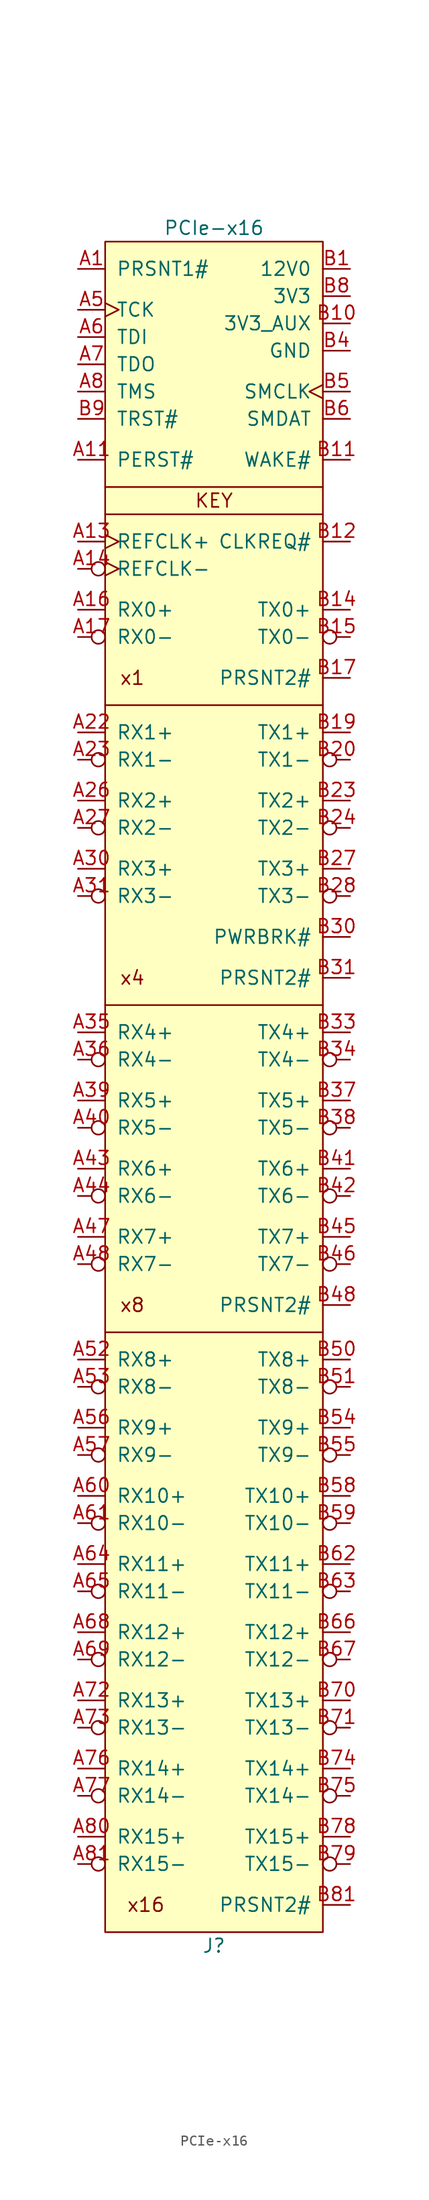
<source format=kicad_sym>
(kicad_symbol_lib
  (version 20201005)
  (generator kicad_symbol_editor)
  (symbol "lethalbit-pcie:PCIe-x16"
    (pin_names
      (offset 1.016))
    (property "Reference" "J"
      (at 0 -134.62 0)
      (effects (font (size 1.27 1.27))))
    (property "Value" "PCIe-x16"
      (at 0 25.4 0)
      (effects (font (size 1.27 1.27))))
    (symbol "PCIe-x16_0_0"
      (text "KEY" (at 0 0 0) (effects (font (size 1.27 1.27))))
      (text "x1" (at -7.62 -16.51 0) (effects (font (size 1.27 1.27))))
      (text "x16" (at -6.35 -130.81 0) (effects (font (size 1.27 1.27))))
      (text "x4" (at -7.62 -44.45 0) (effects (font (size 1.27 1.27))))
      (text "x8" (at -7.62 -74.93 0) (effects (font (size 1.27 1.27))))
      (polyline (pts (xy -10.16 -77.47) (xy 10.16 -77.47)) (stroke (width 0)) (fill (type none)))
      (polyline (pts (xy 10.16 -46.99) (xy -10.16 -46.99)) (stroke (width 0)) (fill (type none)))
      (polyline (pts (xy 10.16 -19.05) (xy -10.16 -19.05)) (stroke (width 0)) (fill (type none)))
      (polyline (pts (xy 10.16 1.27) (xy -10.16 1.27)) (stroke (width 0)) (fill (type none))))
    (symbol "PCIe-x16_0_1"
      (rectangle (start -10.16 -133.35) (end 10.16 24.13) (stroke (width 0)) (fill (type background)))
      (polyline (pts (xy -10.16 -1.27) (xy 10.16 -1.27)) (stroke (width 0)) (fill (type none))))
    (symbol "PCIe-x16_1_1"
      (pin passive line (at -12.7 21.59 0) (length 2.54) (name "PRSNT1#" (effects (font (size 1.27 1.27)))) (number "A1" (effects (font (size 1.27 1.27)))))
      (pin passive line (at 12.7 19.05 180) (length 2.54) hide (name "3V3" (effects (font (size 1.27 1.27)))) (number "A10" (effects (font (size 1.27 1.27)))))
      (pin input line (at -12.7 3.81 0) (length 2.54) (name "PERST#" (effects (font (size 1.27 1.27)))) (number "A11" (effects (font (size 1.27 1.27)))))
      (pin passive line (at 12.7 13.97 180) (length 2.54) hide (name "GND" (effects (font (size 1.27 1.27)))) (number "A12" (effects (font (size 1.27 1.27)))))
      (pin input clock (at -12.7 -3.81 0) (length 2.54) (name "REFCLK+" (effects (font (size 1.27 1.27)))) (number "A13" (effects (font (size 1.27 1.27)))))
      (pin input inverted_clock (at -12.7 -6.35 0) (length 2.54) (name "REFCLK-" (effects (font (size 1.27 1.27)))) (number "A14" (effects (font (size 1.27 1.27)))))
      (pin passive line (at 12.7 13.97 180) (length 2.54) hide (name "GND" (effects (font (size 1.27 1.27)))) (number "A15" (effects (font (size 1.27 1.27)))))
      (pin input line (at -12.7 -10.16 0) (length 2.54) (name "RX0+" (effects (font (size 1.27 1.27)))) (number "A16" (effects (font (size 1.27 1.27)))))
      (pin input inverted (at -12.7 -12.7 0) (length 2.54) (name "RX0-" (effects (font (size 1.27 1.27)))) (number "A17" (effects (font (size 1.27 1.27)))))
      (pin passive line (at 12.7 13.97 180) (length 2.54) hide (name "GND" (effects (font (size 1.27 1.27)))) (number "A18" (effects (font (size 1.27 1.27)))))
      (pin no_connect non_logic (at 12.7 -6.35 180) (length 2.54) hide (name "RSVD" (effects (font (size 1.27 1.27)))) (number "A19" (effects (font (size 1.27 1.27)))))
      (pin passive line (at 12.7 21.59 180) (length 2.54) hide (name "12V0" (effects (font (size 1.27 1.27)))) (number "A2" (effects (font (size 1.27 1.27)))))
      (pin passive line (at 12.7 13.97 180) (length 2.54) hide (name "GND" (effects (font (size 1.27 1.27)))) (number "A20" (effects (font (size 1.27 1.27)))))
      (pin passive line (at 12.7 13.97 180) (length 2.54) hide (name "GND" (effects (font (size 1.27 1.27)))) (number "A21" (effects (font (size 1.27 1.27)))))
      (pin input line (at -12.7 -21.59 0) (length 2.54) (name "RX1+" (effects (font (size 1.27 1.27)))) (number "A22" (effects (font (size 1.27 1.27)))))
      (pin input inverted (at -12.7 -24.13 0) (length 2.54) (name "RX1-" (effects (font (size 1.27 1.27)))) (number "A23" (effects (font (size 1.27 1.27)))))
      (pin passive line (at 12.7 13.97 180) (length 2.54) hide (name "GND" (effects (font (size 1.27 1.27)))) (number "A24" (effects (font (size 1.27 1.27)))))
      (pin passive line (at 12.7 13.97 180) (length 2.54) hide (name "GND" (effects (font (size 1.27 1.27)))) (number "A25" (effects (font (size 1.27 1.27)))))
      (pin input line (at -12.7 -27.94 0) (length 2.54) (name "RX2+" (effects (font (size 1.27 1.27)))) (number "A26" (effects (font (size 1.27 1.27)))))
      (pin input inverted (at -12.7 -30.48 0) (length 2.54) (name "RX2-" (effects (font (size 1.27 1.27)))) (number "A27" (effects (font (size 1.27 1.27)))))
      (pin passive line (at 12.7 13.97 180) (length 2.54) hide (name "GND" (effects (font (size 1.27 1.27)))) (number "A28" (effects (font (size 1.27 1.27)))))
      (pin passive line (at 12.7 13.97 180) (length 2.54) hide (name "GND" (effects (font (size 1.27 1.27)))) (number "A29" (effects (font (size 1.27 1.27)))))
      (pin passive line (at 12.7 21.59 180) (length 2.54) hide (name "12V0" (effects (font (size 1.27 1.27)))) (number "A3" (effects (font (size 1.27 1.27)))))
      (pin input line (at -12.7 -34.29 0) (length 2.54) (name "RX3+" (effects (font (size 1.27 1.27)))) (number "A30" (effects (font (size 1.27 1.27)))))
      (pin input inverted (at -12.7 -36.83 0) (length 2.54) (name "RX3-" (effects (font (size 1.27 1.27)))) (number "A31" (effects (font (size 1.27 1.27)))))
      (pin passive line (at 12.7 13.97 180) (length 2.54) hide (name "GND" (effects (font (size 1.27 1.27)))) (number "A32" (effects (font (size 1.27 1.27)))))
      (pin no_connect non_logic (at 12.7 -7.62 180) (length 2.54) hide (name "RSVD" (effects (font (size 1.27 1.27)))) (number "A33" (effects (font (size 1.27 1.27)))))
      (pin passive line (at 12.7 13.97 180) (length 2.54) hide (name "GND" (effects (font (size 1.27 1.27)))) (number "A34" (effects (font (size 1.27 1.27)))))
      (pin input line (at -12.7 -49.53 0) (length 2.54) (name "RX4+" (effects (font (size 1.27 1.27)))) (number "A35" (effects (font (size 1.27 1.27)))))
      (pin input inverted (at -12.7 -52.07 0) (length 2.54) (name "RX4-" (effects (font (size 1.27 1.27)))) (number "A36" (effects (font (size 1.27 1.27)))))
      (pin passive line (at 12.7 13.97 180) (length 2.54) hide (name "GND" (effects (font (size 1.27 1.27)))) (number "A37" (effects (font (size 1.27 1.27)))))
      (pin passive line (at 12.7 13.97 180) (length 2.54) hide (name "GND" (effects (font (size 1.27 1.27)))) (number "A38" (effects (font (size 1.27 1.27)))))
      (pin input line (at -12.7 -55.88 0) (length 2.54) (name "RX5+" (effects (font (size 1.27 1.27)))) (number "A39" (effects (font (size 1.27 1.27)))))
      (pin passive line (at 12.7 13.97 180) (length 2.54) hide (name "GND" (effects (font (size 1.27 1.27)))) (number "A4" (effects (font (size 1.27 1.27)))))
      (pin input inverted (at -12.7 -58.42 0) (length 2.54) (name "RX5-" (effects (font (size 1.27 1.27)))) (number "A40" (effects (font (size 1.27 1.27)))))
      (pin passive line (at 12.7 13.97 180) (length 2.54) hide (name "GND" (effects (font (size 1.27 1.27)))) (number "A41" (effects (font (size 1.27 1.27)))))
      (pin passive line (at 12.7 13.97 180) (length 2.54) hide (name "GND" (effects (font (size 1.27 1.27)))) (number "A42" (effects (font (size 1.27 1.27)))))
      (pin input line (at -12.7 -62.23 0) (length 2.54) (name "RX6+" (effects (font (size 1.27 1.27)))) (number "A43" (effects (font (size 1.27 1.27)))))
      (pin input inverted (at -12.7 -64.77 0) (length 2.54) (name "RX6-" (effects (font (size 1.27 1.27)))) (number "A44" (effects (font (size 1.27 1.27)))))
      (pin passive line (at 12.7 13.97 180) (length 2.54) hide (name "GND" (effects (font (size 1.27 1.27)))) (number "A45" (effects (font (size 1.27 1.27)))))
      (pin passive line (at 12.7 13.97 180) (length 2.54) hide (name "GND" (effects (font (size 1.27 1.27)))) (number "A46" (effects (font (size 1.27 1.27)))))
      (pin input line (at -12.7 -68.58 0) (length 2.54) (name "RX7+" (effects (font (size 1.27 1.27)))) (number "A47" (effects (font (size 1.27 1.27)))))
      (pin input inverted (at -12.7 -71.12 0) (length 2.54) (name "RX7-" (effects (font (size 1.27 1.27)))) (number "A48" (effects (font (size 1.27 1.27)))))
      (pin passive line (at 12.7 13.97 180) (length 2.54) hide (name "GND" (effects (font (size 1.27 1.27)))) (number "A49" (effects (font (size 1.27 1.27)))))
      (pin input clock (at -12.7 17.78 0) (length 2.54) (name "TCK" (effects (font (size 1.27 1.27)))) (number "A5" (effects (font (size 1.27 1.27)))))
      (pin no_connect non_logic (at 12.7 -8.89 180) (length 2.54) hide (name "RSVD" (effects (font (size 1.27 1.27)))) (number "A50" (effects (font (size 1.27 1.27)))))
      (pin passive line (at 12.7 13.97 180) (length 2.54) hide (name "GND" (effects (font (size 1.27 1.27)))) (number "A51" (effects (font (size 1.27 1.27)))))
      (pin input line (at -12.7 -80.01 0) (length 2.54) (name "RX8+" (effects (font (size 1.27 1.27)))) (number "A52" (effects (font (size 1.27 1.27)))))
      (pin input inverted (at -12.7 -82.55 0) (length 2.54) (name "RX8-" (effects (font (size 1.27 1.27)))) (number "A53" (effects (font (size 1.27 1.27)))))
      (pin passive line (at 12.7 13.97 180) (length 2.54) hide (name "GND" (effects (font (size 1.27 1.27)))) (number "A54" (effects (font (size 1.27 1.27)))))
      (pin passive line (at 12.7 13.97 180) (length 2.54) hide (name "GND" (effects (font (size 1.27 1.27)))) (number "A55" (effects (font (size 1.27 1.27)))))
      (pin input line (at -12.7 -86.36 0) (length 2.54) (name "RX9+" (effects (font (size 1.27 1.27)))) (number "A56" (effects (font (size 1.27 1.27)))))
      (pin input inverted (at -12.7 -88.9 0) (length 2.54) (name "RX9-" (effects (font (size 1.27 1.27)))) (number "A57" (effects (font (size 1.27 1.27)))))
      (pin passive line (at 12.7 13.97 180) (length 2.54) hide (name "GND" (effects (font (size 1.27 1.27)))) (number "A58" (effects (font (size 1.27 1.27)))))
      (pin passive line (at 12.7 13.97 180) (length 2.54) hide (name "GND" (effects (font (size 1.27 1.27)))) (number "A59" (effects (font (size 1.27 1.27)))))
      (pin input line (at -12.7 15.24 0) (length 2.54) (name "TDI" (effects (font (size 1.27 1.27)))) (number "A6" (effects (font (size 1.27 1.27)))))
      (pin input line (at -12.7 -92.71 0) (length 2.54) (name "RX10+" (effects (font (size 1.27 1.27)))) (number "A60" (effects (font (size 1.27 1.27)))))
      (pin input inverted (at -12.7 -95.25 0) (length 2.54) (name "RX10-" (effects (font (size 1.27 1.27)))) (number "A61" (effects (font (size 1.27 1.27)))))
      (pin passive line (at 12.7 13.97 180) (length 2.54) hide (name "GND" (effects (font (size 1.27 1.27)))) (number "A62" (effects (font (size 1.27 1.27)))))
      (pin passive line (at 12.7 13.97 180) (length 2.54) hide (name "GND" (effects (font (size 1.27 1.27)))) (number "A63" (effects (font (size 1.27 1.27)))))
      (pin input line (at -12.7 -99.06 0) (length 2.54) (name "RX11+" (effects (font (size 1.27 1.27)))) (number "A64" (effects (font (size 1.27 1.27)))))
      (pin input inverted (at -12.7 -101.6 0) (length 2.54) (name "RX11-" (effects (font (size 1.27 1.27)))) (number "A65" (effects (font (size 1.27 1.27)))))
      (pin passive line (at 12.7 13.97 180) (length 2.54) hide (name "GND" (effects (font (size 1.27 1.27)))) (number "A66" (effects (font (size 1.27 1.27)))))
      (pin passive line (at 12.7 13.97 180) (length 2.54) hide (name "GND" (effects (font (size 1.27 1.27)))) (number "A67" (effects (font (size 1.27 1.27)))))
      (pin input line (at -12.7 -105.41 0) (length 2.54) (name "RX12+" (effects (font (size 1.27 1.27)))) (number "A68" (effects (font (size 1.27 1.27)))))
      (pin input inverted (at -12.7 -107.95 0) (length 2.54) (name "RX12-" (effects (font (size 1.27 1.27)))) (number "A69" (effects (font (size 1.27 1.27)))))
      (pin output line (at -12.7 12.7 0) (length 2.54) (name "TDO" (effects (font (size 1.27 1.27)))) (number "A7" (effects (font (size 1.27 1.27)))))
      (pin passive line (at 12.7 13.97 180) (length 2.54) hide (name "GND" (effects (font (size 1.27 1.27)))) (number "A70" (effects (font (size 1.27 1.27)))))
      (pin passive line (at 12.7 13.97 180) (length 2.54) hide (name "GND" (effects (font (size 1.27 1.27)))) (number "A71" (effects (font (size 1.27 1.27)))))
      (pin input line (at -12.7 -111.76 0) (length 2.54) (name "RX13+" (effects (font (size 1.27 1.27)))) (number "A72" (effects (font (size 1.27 1.27)))))
      (pin input inverted (at -12.7 -114.3 0) (length 2.54) (name "RX13-" (effects (font (size 1.27 1.27)))) (number "A73" (effects (font (size 1.27 1.27)))))
      (pin passive line (at 12.7 13.97 180) (length 2.54) hide (name "GND" (effects (font (size 1.27 1.27)))) (number "A74" (effects (font (size 1.27 1.27)))))
      (pin passive line (at 12.7 13.97 180) (length 2.54) hide (name "GND" (effects (font (size 1.27 1.27)))) (number "A75" (effects (font (size 1.27 1.27)))))
      (pin input line (at -12.7 -118.11 0) (length 2.54) (name "RX14+" (effects (font (size 1.27 1.27)))) (number "A76" (effects (font (size 1.27 1.27)))))
      (pin input inverted (at -12.7 -120.65 0) (length 2.54) (name "RX14-" (effects (font (size 1.27 1.27)))) (number "A77" (effects (font (size 1.27 1.27)))))
      (pin passive line (at 12.7 13.97 180) (length 2.54) hide (name "GND" (effects (font (size 1.27 1.27)))) (number "A78" (effects (font (size 1.27 1.27)))))
      (pin passive line (at 12.7 13.97 180) (length 2.54) hide (name "GND" (effects (font (size 1.27 1.27)))) (number "A79" (effects (font (size 1.27 1.27)))))
      (pin input line (at -12.7 10.16 0) (length 2.54) (name "TMS" (effects (font (size 1.27 1.27)))) (number "A8" (effects (font (size 1.27 1.27)))))
      (pin input line (at -12.7 -124.46 0) (length 2.54) (name "RX15+" (effects (font (size 1.27 1.27)))) (number "A80" (effects (font (size 1.27 1.27)))))
      (pin input inverted (at -12.7 -127 0) (length 2.54) (name "RX15-" (effects (font (size 1.27 1.27)))) (number "A81" (effects (font (size 1.27 1.27)))))
      (pin passive line (at 12.7 13.97 180) (length 2.54) hide (name "GND" (effects (font (size 1.27 1.27)))) (number "A82" (effects (font (size 1.27 1.27)))))
      (pin passive line (at 12.7 19.05 180) (length 2.54) hide (name "3V3" (effects (font (size 1.27 1.27)))) (number "A9" (effects (font (size 1.27 1.27)))))
      (pin power_out line (at 12.7 21.59 180) (length 2.54) (name "12V0" (effects (font (size 1.27 1.27)))) (number "B1" (effects (font (size 1.27 1.27)))))
      (pin power_out line (at 12.7 16.51 180) (length 2.54) (name "3V3_AUX" (effects (font (size 1.27 1.27)))) (number "B10" (effects (font (size 1.27 1.27)))))
      (pin open_emitter line (at 12.7 3.81 180) (length 2.54) (name "WAKE#" (effects (font (size 1.27 1.27)))) (number "B11" (effects (font (size 1.27 1.27)))))
      (pin open_emitter line (at 12.7 -3.81 180) (length 2.54) (name "CLKREQ#" (effects (font (size 1.27 1.27)))) (number "B12" (effects (font (size 1.27 1.27)))))
      (pin passive line (at 12.7 13.97 180) (length 2.54) hide (name "GND" (effects (font (size 1.27 1.27)))) (number "B13" (effects (font (size 1.27 1.27)))))
      (pin output line (at 12.7 -10.16 180) (length 2.54) (name "TX0+" (effects (font (size 1.27 1.27)))) (number "B14" (effects (font (size 1.27 1.27)))))
      (pin output inverted (at 12.7 -12.7 180) (length 2.54) (name "TX0-" (effects (font (size 1.27 1.27)))) (number "B15" (effects (font (size 1.27 1.27)))))
      (pin passive line (at 12.7 13.97 180) (length 2.54) hide (name "GND" (effects (font (size 1.27 1.27)))) (number "B16" (effects (font (size 1.27 1.27)))))
      (pin passive line (at 12.7 -16.51 180) (length 2.54) (name "PRSNT2#" (effects (font (size 1.27 1.27)))) (number "B17" (effects (font (size 1.27 1.27)))))
      (pin passive line (at 12.7 13.97 180) (length 2.54) hide (name "GND" (effects (font (size 1.27 1.27)))) (number "B18" (effects (font (size 1.27 1.27)))))
      (pin output line (at 12.7 -21.59 180) (length 2.54) (name "TX1+" (effects (font (size 1.27 1.27)))) (number "B19" (effects (font (size 1.27 1.27)))))
      (pin passive line (at 12.7 21.59 180) (length 2.54) hide (name "12V0" (effects (font (size 1.27 1.27)))) (number "B2" (effects (font (size 1.27 1.27)))))
      (pin output inverted (at 12.7 -24.13 180) (length 2.54) (name "TX1-" (effects (font (size 1.27 1.27)))) (number "B20" (effects (font (size 1.27 1.27)))))
      (pin passive line (at 12.7 13.97 180) (length 2.54) hide (name "GND" (effects (font (size 1.27 1.27)))) (number "B21" (effects (font (size 1.27 1.27)))))
      (pin passive line (at 12.7 13.97 180) (length 2.54) hide (name "GND" (effects (font (size 1.27 1.27)))) (number "B22" (effects (font (size 1.27 1.27)))))
      (pin output line (at 12.7 -27.94 180) (length 2.54) (name "TX2+" (effects (font (size 1.27 1.27)))) (number "B23" (effects (font (size 1.27 1.27)))))
      (pin output inverted (at 12.7 -30.48 180) (length 2.54) (name "TX2-" (effects (font (size 1.27 1.27)))) (number "B24" (effects (font (size 1.27 1.27)))))
      (pin passive line (at 12.7 13.97 180) (length 2.54) hide (name "GND" (effects (font (size 1.27 1.27)))) (number "B25" (effects (font (size 1.27 1.27)))))
      (pin passive line (at 12.7 13.97 180) (length 2.54) hide (name "GND" (effects (font (size 1.27 1.27)))) (number "B26" (effects (font (size 1.27 1.27)))))
      (pin output line (at 12.7 -34.29 180) (length 2.54) (name "TX3+" (effects (font (size 1.27 1.27)))) (number "B27" (effects (font (size 1.27 1.27)))))
      (pin output inverted (at 12.7 -36.83 180) (length 2.54) (name "TX3-" (effects (font (size 1.27 1.27)))) (number "B28" (effects (font (size 1.27 1.27)))))
      (pin passive line (at 12.7 13.97 180) (length 2.54) hide (name "GND" (effects (font (size 1.27 1.27)))) (number "B29" (effects (font (size 1.27 1.27)))))
      (pin passive line (at 12.7 21.59 180) (length 2.54) hide (name "12V0" (effects (font (size 1.27 1.27)))) (number "B3" (effects (font (size 1.27 1.27)))))
      (pin open_emitter line (at 12.7 -40.64 180) (length 2.54) (name "PWRBRK#" (effects (font (size 1.27 1.27)))) (number "B30" (effects (font (size 1.27 1.27)))))
      (pin passive line (at 12.7 -44.45 180) (length 2.54) (name "PRSNT2#" (effects (font (size 1.27 1.27)))) (number "B31" (effects (font (size 1.27 1.27)))))
      (pin passive line (at 12.7 13.97 180) (length 2.54) hide (name "GND" (effects (font (size 1.27 1.27)))) (number "B32" (effects (font (size 1.27 1.27)))))
      (pin output line (at 12.7 -49.53 180) (length 2.54) (name "TX4+" (effects (font (size 1.27 1.27)))) (number "B33" (effects (font (size 1.27 1.27)))))
      (pin output inverted (at 12.7 -52.07 180) (length 2.54) (name "TX4-" (effects (font (size 1.27 1.27)))) (number "B34" (effects (font (size 1.27 1.27)))))
      (pin passive line (at 12.7 13.97 180) (length 2.54) hide (name "GND" (effects (font (size 1.27 1.27)))) (number "B35" (effects (font (size 1.27 1.27)))))
      (pin passive line (at 12.7 13.97 180) (length 2.54) hide (name "GND" (effects (font (size 1.27 1.27)))) (number "B36" (effects (font (size 1.27 1.27)))))
      (pin output line (at 12.7 -55.88 180) (length 2.54) (name "TX5+" (effects (font (size 1.27 1.27)))) (number "B37" (effects (font (size 1.27 1.27)))))
      (pin output inverted (at 12.7 -58.42 180) (length 2.54) (name "TX5-" (effects (font (size 1.27 1.27)))) (number "B38" (effects (font (size 1.27 1.27)))))
      (pin passive line (at 12.7 13.97 180) (length 2.54) hide (name "GND" (effects (font (size 1.27 1.27)))) (number "B39" (effects (font (size 1.27 1.27)))))
      (pin passive line (at 12.7 13.97 180) (length 2.54) (name "GND" (effects (font (size 1.27 1.27)))) (number "B4" (effects (font (size 1.27 1.27)))))
      (pin passive line (at 12.7 13.97 180) (length 2.54) hide (name "GND" (effects (font (size 1.27 1.27)))) (number "B40" (effects (font (size 1.27 1.27)))))
      (pin output line (at 12.7 -62.23 180) (length 2.54) (name "TX6+" (effects (font (size 1.27 1.27)))) (number "B41" (effects (font (size 1.27 1.27)))))
      (pin output inverted (at 12.7 -64.77 180) (length 2.54) (name "TX6-" (effects (font (size 1.27 1.27)))) (number "B42" (effects (font (size 1.27 1.27)))))
      (pin passive line (at 12.7 13.97 180) (length 2.54) hide (name "GND" (effects (font (size 1.27 1.27)))) (number "B43" (effects (font (size 1.27 1.27)))))
      (pin passive line (at 12.7 13.97 180) (length 2.54) hide (name "GND" (effects (font (size 1.27 1.27)))) (number "B44" (effects (font (size 1.27 1.27)))))
      (pin output line (at 12.7 -68.58 180) (length 2.54) (name "TX7+" (effects (font (size 1.27 1.27)))) (number "B45" (effects (font (size 1.27 1.27)))))
      (pin output inverted (at 12.7 -71.12 180) (length 2.54) (name "TX7-" (effects (font (size 1.27 1.27)))) (number "B46" (effects (font (size 1.27 1.27)))))
      (pin passive line (at 12.7 13.97 180) (length 2.54) hide (name "GND" (effects (font (size 1.27 1.27)))) (number "B47" (effects (font (size 1.27 1.27)))))
      (pin passive line (at 12.7 -74.93 180) (length 2.54) (name "PRSNT2#" (effects (font (size 1.27 1.27)))) (number "B48" (effects (font (size 1.27 1.27)))))
      (pin passive line (at 12.7 13.97 180) (length 2.54) hide (name "GND" (effects (font (size 1.27 1.27)))) (number "B49" (effects (font (size 1.27 1.27)))))
      (pin open_emitter clock (at 12.7 10.16 180) (length 2.54) (name "SMCLK" (effects (font (size 1.27 1.27)))) (number "B5" (effects (font (size 1.27 1.27)))))
      (pin output line (at 12.7 -80.01 180) (length 2.54) (name "TX8+" (effects (font (size 1.27 1.27)))) (number "B50" (effects (font (size 1.27 1.27)))))
      (pin output inverted (at 12.7 -82.55 180) (length 2.54) (name "TX8-" (effects (font (size 1.27 1.27)))) (number "B51" (effects (font (size 1.27 1.27)))))
      (pin passive line (at 12.7 13.97 180) (length 2.54) hide (name "GND" (effects (font (size 1.27 1.27)))) (number "B52" (effects (font (size 1.27 1.27)))))
      (pin passive line (at 12.7 13.97 180) (length 2.54) hide (name "GND" (effects (font (size 1.27 1.27)))) (number "B53" (effects (font (size 1.27 1.27)))))
      (pin output line (at 12.7 -86.36 180) (length 2.54) (name "TX9+" (effects (font (size 1.27 1.27)))) (number "B54" (effects (font (size 1.27 1.27)))))
      (pin output inverted (at 12.7 -88.9 180) (length 2.54) (name "TX9-" (effects (font (size 1.27 1.27)))) (number "B55" (effects (font (size 1.27 1.27)))))
      (pin passive line (at 12.7 13.97 180) (length 2.54) hide (name "GND" (effects (font (size 1.27 1.27)))) (number "B56" (effects (font (size 1.27 1.27)))))
      (pin passive line (at 12.7 13.97 180) (length 2.54) hide (name "GND" (effects (font (size 1.27 1.27)))) (number "B57" (effects (font (size 1.27 1.27)))))
      (pin output line (at 12.7 -92.71 180) (length 2.54) (name "TX10+" (effects (font (size 1.27 1.27)))) (number "B58" (effects (font (size 1.27 1.27)))))
      (pin output inverted (at 12.7 -95.25 180) (length 2.54) (name "TX10-" (effects (font (size 1.27 1.27)))) (number "B59" (effects (font (size 1.27 1.27)))))
      (pin open_emitter line (at 12.7 7.62 180) (length 2.54) (name "SMDAT" (effects (font (size 1.27 1.27)))) (number "B6" (effects (font (size 1.27 1.27)))))
      (pin passive line (at 12.7 13.97 180) (length 2.54) hide (name "GND" (effects (font (size 1.27 1.27)))) (number "B60" (effects (font (size 1.27 1.27)))))
      (pin passive line (at 12.7 13.97 180) (length 2.54) hide (name "GND" (effects (font (size 1.27 1.27)))) (number "B61" (effects (font (size 1.27 1.27)))))
      (pin output line (at 12.7 -99.06 180) (length 2.54) (name "TX11+" (effects (font (size 1.27 1.27)))) (number "B62" (effects (font (size 1.27 1.27)))))
      (pin output inverted (at 12.7 -101.6 180) (length 2.54) (name "TX11-" (effects (font (size 1.27 1.27)))) (number "B63" (effects (font (size 1.27 1.27)))))
      (pin passive line (at 12.7 13.97 180) (length 2.54) hide (name "GND" (effects (font (size 1.27 1.27)))) (number "B64" (effects (font (size 1.27 1.27)))))
      (pin passive line (at 12.7 13.97 180) (length 2.54) hide (name "GND" (effects (font (size 1.27 1.27)))) (number "B65" (effects (font (size 1.27 1.27)))))
      (pin output line (at 12.7 -105.41 180) (length 2.54) (name "TX12+" (effects (font (size 1.27 1.27)))) (number "B66" (effects (font (size 1.27 1.27)))))
      (pin output inverted (at 12.7 -107.95 180) (length 2.54) (name "TX12-" (effects (font (size 1.27 1.27)))) (number "B67" (effects (font (size 1.27 1.27)))))
      (pin passive line (at 12.7 13.97 180) (length 2.54) hide (name "GND" (effects (font (size 1.27 1.27)))) (number "B68" (effects (font (size 1.27 1.27)))))
      (pin passive line (at 12.7 13.97 180) (length 2.54) hide (name "GND" (effects (font (size 1.27 1.27)))) (number "B69" (effects (font (size 1.27 1.27)))))
      (pin passive line (at 12.7 13.97 180) (length 2.54) hide (name "GND" (effects (font (size 1.27 1.27)))) (number "B7" (effects (font (size 1.27 1.27)))))
      (pin output line (at 12.7 -111.76 180) (length 2.54) (name "TX13+" (effects (font (size 1.27 1.27)))) (number "B70" (effects (font (size 1.27 1.27)))))
      (pin output inverted (at 12.7 -114.3 180) (length 2.54) (name "TX13-" (effects (font (size 1.27 1.27)))) (number "B71" (effects (font (size 1.27 1.27)))))
      (pin passive line (at 12.7 13.97 180) (length 2.54) hide (name "GND" (effects (font (size 1.27 1.27)))) (number "B72" (effects (font (size 1.27 1.27)))))
      (pin passive line (at 12.7 13.97 180) (length 2.54) hide (name "GND" (effects (font (size 1.27 1.27)))) (number "B73" (effects (font (size 1.27 1.27)))))
      (pin output line (at 12.7 -118.11 180) (length 2.54) (name "TX14+" (effects (font (size 1.27 1.27)))) (number "B74" (effects (font (size 1.27 1.27)))))
      (pin output inverted (at 12.7 -120.65 180) (length 2.54) (name "TX14-" (effects (font (size 1.27 1.27)))) (number "B75" (effects (font (size 1.27 1.27)))))
      (pin passive line (at 12.7 13.97 180) (length 2.54) hide (name "GND" (effects (font (size 1.27 1.27)))) (number "B76" (effects (font (size 1.27 1.27)))))
      (pin passive line (at 12.7 13.97 180) (length 2.54) hide (name "GND" (effects (font (size 1.27 1.27)))) (number "B77" (effects (font (size 1.27 1.27)))))
      (pin output line (at 12.7 -124.46 180) (length 2.54) (name "TX15+" (effects (font (size 1.27 1.27)))) (number "B78" (effects (font (size 1.27 1.27)))))
      (pin output inverted (at 12.7 -127 180) (length 2.54) (name "TX15-" (effects (font (size 1.27 1.27)))) (number "B79" (effects (font (size 1.27 1.27)))))
      (pin power_out line (at 12.7 19.05 180) (length 2.54) (name "3V3" (effects (font (size 1.27 1.27)))) (number "B8" (effects (font (size 1.27 1.27)))))
      (pin passive line (at 12.7 13.97 180) (length 2.54) hide (name "GND" (effects (font (size 1.27 1.27)))) (number "B80" (effects (font (size 1.27 1.27)))))
      (pin passive line (at 12.7 -130.81 180) (length 2.54) (name "PRSNT2#" (effects (font (size 1.27 1.27)))) (number "B81" (effects (font (size 1.27 1.27)))))
      (pin no_connect non_logic (at 12.7 -5.08 180) (length 2.54) hide (name "RSVD" (effects (font (size 1.27 1.27)))) (number "B82" (effects (font (size 1.27 1.27)))))
      (pin input line (at -12.7 7.62 0) (length 2.54) (name "TRST#" (effects (font (size 1.27 1.27)))) (number "B9" (effects (font (size 1.27 1.27)))))
      (pin passive line (at 12.7 13.97 180) (length 2.54) hide (name "GND" (effects (font (size 1.27 1.27)))) (number "G1" (effects (font (size 1.27 1.27)))))
      (pin passive line (at 12.7 13.97 180) (length 2.54) hide (name "GND" (effects (font (size 1.27 1.27)))) (number "G2" (effects (font (size 1.27 1.27))))))))
</source>
